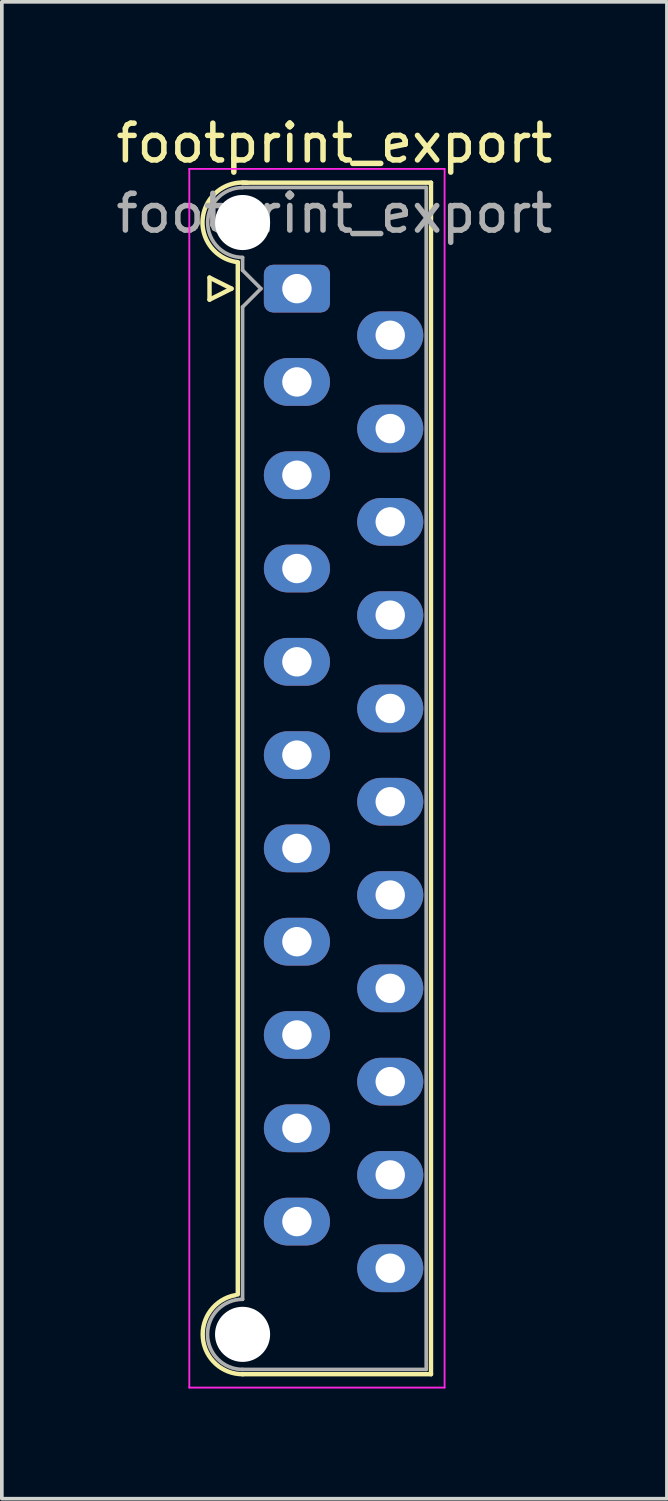
<source format=kicad_pcb>
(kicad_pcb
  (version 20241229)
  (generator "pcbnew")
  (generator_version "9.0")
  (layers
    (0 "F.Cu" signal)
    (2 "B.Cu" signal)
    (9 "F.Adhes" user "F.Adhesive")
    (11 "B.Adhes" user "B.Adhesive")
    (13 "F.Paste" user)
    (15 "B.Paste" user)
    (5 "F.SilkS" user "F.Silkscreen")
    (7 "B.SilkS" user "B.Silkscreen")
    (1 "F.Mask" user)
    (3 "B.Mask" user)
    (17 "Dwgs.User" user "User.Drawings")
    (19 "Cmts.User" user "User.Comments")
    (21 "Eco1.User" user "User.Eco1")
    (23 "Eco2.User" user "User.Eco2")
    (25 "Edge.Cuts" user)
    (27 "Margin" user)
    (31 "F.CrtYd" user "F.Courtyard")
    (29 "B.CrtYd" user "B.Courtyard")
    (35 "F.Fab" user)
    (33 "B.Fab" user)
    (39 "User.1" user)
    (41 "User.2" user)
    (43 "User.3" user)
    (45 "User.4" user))
  (footprint "footprint_export"
    (layer "F.Cu")
    (at 5.034 4.808)
    (property "Reference" "footprint_export" (at 1.02 -3.96 0) (layer "F.SilkS") (effects (font (size 1 1) (thickness 0.15))))
    (attr through_hole)
    (fp_line (start -2.38 -0.3) (end -2.38 0.3) (stroke (width 0.12) (type solid)) (layer "F.SilkS"))
    (fp_line (start -2.38 0.3) (end -1.78 0) (stroke (width 0.12) (type solid)) (layer "F.SilkS"))
    (fp_line (start -1.78 0) (end -2.38 -0.3) (stroke (width 0.12) (type solid)) (layer "F.SilkS"))
    (fp_line (start -1.61 -0.715) (end -1.61 27.385) (stroke (width 0.12) (type solid)) (layer "F.SilkS"))
    (fp_line (start -1.48 -2.885) (end 3.65 -2.885) (stroke (width 0.12) (type solid)) (layer "F.SilkS"))
    (fp_line (start 3.65 -2.885) (end 3.65 29.555) (stroke (width 0.12) (type solid)) (layer "F.SilkS"))
    (fp_line (start 3.65 29.555) (end -1.48 29.555) (stroke (width 0.12) (type solid)) (layer "F.SilkS"))
    (fp_arc (start -1.61 -0.72) (mid -2.56 -1.93) (end -1.35 -2.88) (stroke (width 0.12) (type solid)) (layer "F.SilkS"))
    (fp_arc (start -1.47 29.555) (mid -2.56 28.574526) (end -1.678256 27.40322) (stroke (width 0.12) (type solid)) (layer "F.SilkS"))
    (fp_line (start -2.93 -3.26) (end -2.93 29.92) (stroke (width 0.05) (type solid)) (layer "F.CrtYd"))
    (fp_line (start -2.93 29.92) (end 4.02 29.92) (stroke (width 0.05) (type solid)) (layer "F.CrtYd"))
    (fp_line (start 4.02 -3.26) (end -2.93 -3.26) (stroke (width 0.05) (type solid)) (layer "F.CrtYd"))
    (fp_line (start 4.02 29.92) (end 4.02 -3.26) (stroke (width 0.05) (type solid)) (layer "F.CrtYd"))
    (fp_line (start -1.48 -2.755) (end 3.52 -2.755) (stroke (width 0.1) (type solid)) (layer "F.Fab"))
    (fp_line (start -1.48 -0.845) (end -1.48 -0.5) (stroke (width 0.1) (type solid)) (layer "F.Fab"))
    (fp_line (start -1.48 -0.5) (end -0.98 0) (stroke (width 0.1) (type solid)) (layer "F.Fab"))
    (fp_line (start -1.48 0.5) (end -1.48 27.515) (stroke (width 0.1) (type solid)) (layer "F.Fab"))
    (fp_line (start -0.98 0) (end -1.48 0.5) (stroke (width 0.1) (type solid)) (layer "F.Fab"))
    (fp_line (start 3.52 -2.755) (end 3.52 29.425) (stroke (width 0.1) (type solid)) (layer "F.Fab"))
    (fp_line (start 3.52 29.425) (end -1.48 29.425) (stroke (width 0.1) (type solid)) (layer "F.Fab"))
    (fp_arc (start -1.48 -0.85) (mid -2.43 -1.8) (end -1.48 -2.75) (stroke (width 0.1) (type solid)) (layer "F.Fab"))
    (fp_arc (start -1.48 29.425) (mid -2.435 28.47) (end -1.48 27.515) (stroke (width 0.1) (type solid)) (layer "F.Fab"))
    (fp_text user "${REFERENCE}" (at 1.02 -2.05 0) (layer "F.Fab") (effects (font (size 1 1) (thickness 0.15))))
    (pad "" np_thru_hole circle (at -1.48 -1.8) (size 1.5 1.5) (drill 1.5) (layers "*.Cu" "*.Mask"))
    (pad "" np_thru_hole circle (at -1.48 28.47) (size 1.5 1.5) (drill 1.5) (layers "*.Cu" "*.Mask"))
    (pad "1" thru_hole roundrect (at 0 0) (size 1.8 1.3) (drill 0.8) (layers "*.Cu" "*.Mask") (roundrect_rratio 0.192))
    (pad "2" thru_hole oval (at 2.54 1.27) (size 1.8 1.3) (drill 0.8) (layers "*.Cu" "*.Mask"))
    (pad "3" thru_hole oval (at 0 2.54) (size 1.8 1.3) (drill 0.8) (layers "*.Cu" "*.Mask"))
    (pad "4" thru_hole oval (at 2.54 3.81) (size 1.8 1.3) (drill 0.8) (layers "*.Cu" "*.Mask"))
    (pad "5" thru_hole oval (at 0 5.08) (size 1.8 1.3) (drill 0.8) (layers "*.Cu" "*.Mask"))
    (pad "6" thru_hole oval (at 2.54 6.35) (size 1.8 1.3) (drill 0.8) (layers "*.Cu" "*.Mask"))
    (pad "7" thru_hole oval (at 0 7.62) (size 1.8 1.3) (drill 0.8) (layers "*.Cu" "*.Mask"))
    (pad "8" thru_hole oval (at 2.54 8.89) (size 1.8 1.3) (drill 0.8) (layers "*.Cu" "*.Mask"))
    (pad "9" thru_hole oval (at 0 10.16) (size 1.8 1.3) (drill 0.8) (layers "*.Cu" "*.Mask"))
    (pad "10" thru_hole oval (at 2.54 11.43) (size 1.8 1.3) (drill 0.8) (layers "*.Cu" "*.Mask"))
    (pad "11" thru_hole oval (at 0 12.7) (size 1.8 1.3) (drill 0.8) (layers "*.Cu" "*.Mask"))
    (pad "12" thru_hole oval (at 2.54 13.97) (size 1.8 1.3) (drill 0.8) (layers "*.Cu" "*.Mask"))
    (pad "13" thru_hole oval (at 0 15.24) (size 1.8 1.3) (drill 0.8) (layers "*.Cu" "*.Mask"))
    (pad "14" thru_hole oval (at 2.54 16.51) (size 1.8 1.3) (drill 0.8) (layers "*.Cu" "*.Mask"))
    (pad "15" thru_hole oval (at 0 17.78) (size 1.8 1.3) (drill 0.8) (layers "*.Cu" "*.Mask"))
    (pad "16" thru_hole oval (at 2.54 19.05) (size 1.8 1.3) (drill 0.8) (layers "*.Cu" "*.Mask"))
    (pad "17" thru_hole oval (at 0 20.32) (size 1.8 1.3) (drill 0.8) (layers "*.Cu" "*.Mask"))
    (pad "18" thru_hole oval (at 2.54 21.59) (size 1.8 1.3) (drill 0.8) (layers "*.Cu" "*.Mask"))
    (pad "19" thru_hole oval (at 0 22.86) (size 1.8 1.3) (drill 0.8) (layers "*.Cu" "*.Mask"))
    (pad "20" thru_hole oval (at 2.54 24.13) (size 1.8 1.3) (drill 0.8) (layers "*.Cu" "*.Mask"))
    (pad "21" thru_hole oval (at 0 25.4) (size 1.8 1.3) (drill 0.8) (layers "*.Cu" "*.Mask"))
    (pad "22" thru_hole oval (at 2.54 26.67) (size 1.8 1.3) (drill 0.8) (layers "*.Cu" "*.Mask")))
  (gr_rect
    (start -3 -3)
    (end 15.107 37.753)
    (stroke (width 0.1) (type default))
    (fill no)
    (layer "Edge.Cuts")))
</source>
